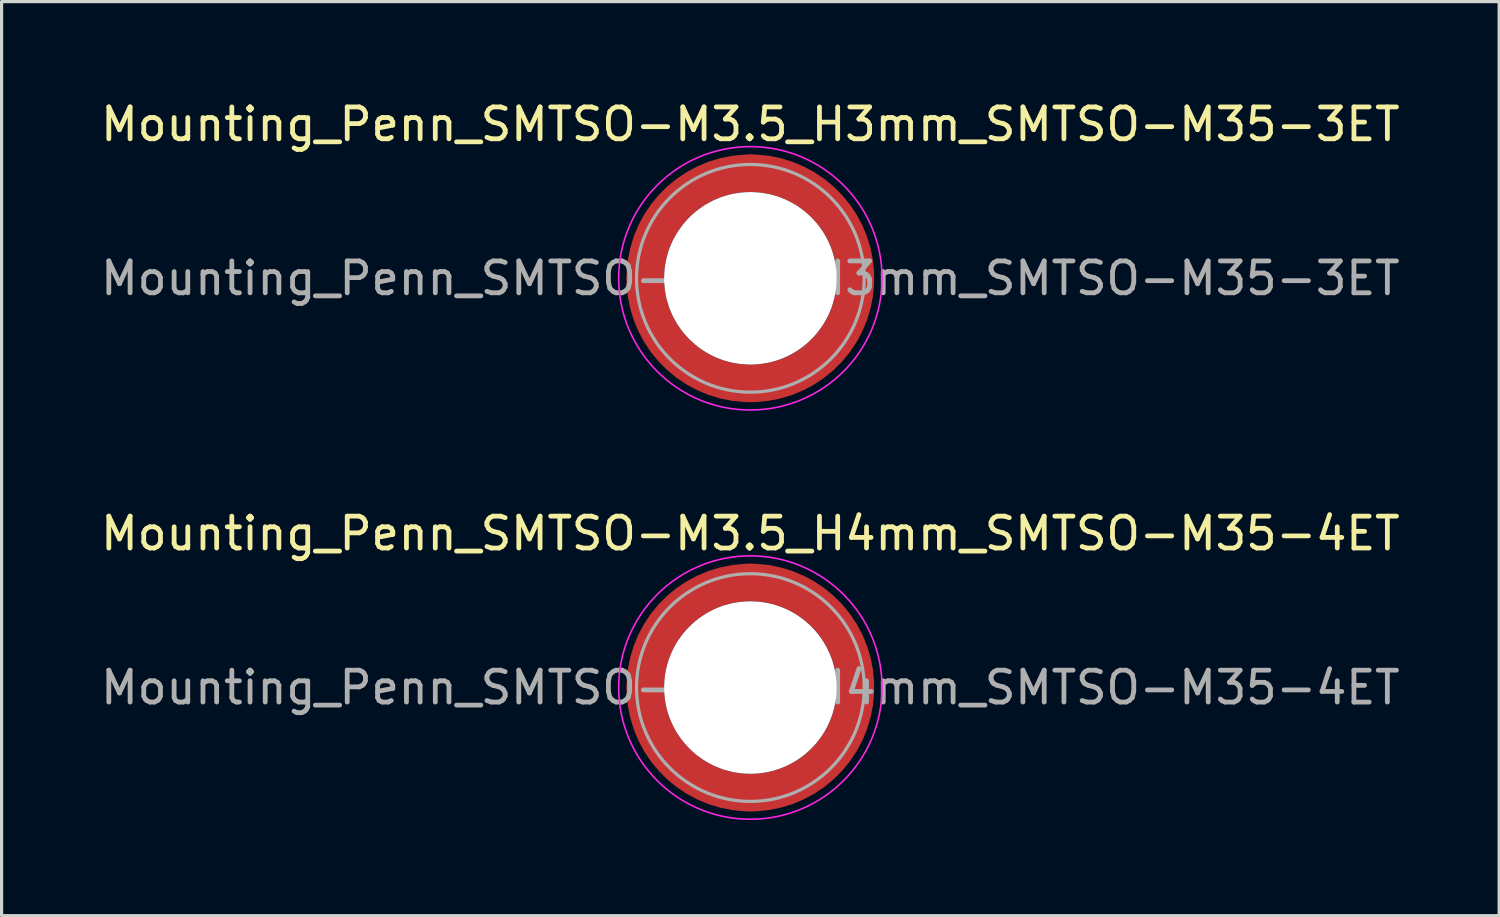
<source format=kicad_pcb>
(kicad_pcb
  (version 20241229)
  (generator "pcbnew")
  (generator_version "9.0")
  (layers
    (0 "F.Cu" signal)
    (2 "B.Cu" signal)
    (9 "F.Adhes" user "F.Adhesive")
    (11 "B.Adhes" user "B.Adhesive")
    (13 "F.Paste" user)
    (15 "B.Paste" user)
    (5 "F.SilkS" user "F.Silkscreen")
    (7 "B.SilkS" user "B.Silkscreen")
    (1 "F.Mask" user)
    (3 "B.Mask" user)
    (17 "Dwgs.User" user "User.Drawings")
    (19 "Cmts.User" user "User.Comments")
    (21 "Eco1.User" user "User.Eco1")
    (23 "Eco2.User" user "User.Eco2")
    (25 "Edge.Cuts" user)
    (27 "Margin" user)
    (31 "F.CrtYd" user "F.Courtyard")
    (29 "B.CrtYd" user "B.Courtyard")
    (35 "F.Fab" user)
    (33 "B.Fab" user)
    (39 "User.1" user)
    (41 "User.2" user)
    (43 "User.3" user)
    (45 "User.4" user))
  (footprint "Mounting_Penn_SMTSO-M3.5_H4mm_SMTSO-M35-4ET"
    (layer "F.Cu")
    (at 20.482 18.512)
    (property "Reference" "Mounting_Penn_SMTSO-M3.5_H4mm_SMTSO-M35-4ET" (at 0 -4.83 0) (layer "F.SilkS") (effects (font (size 1 1) (thickness 0.15))))
    (attr smd)
    (fp_circle (center 0 0) (end 4.13 0) (stroke (width 0.05) (type solid)) (fill no) (layer "F.CrtYd"))
    (fp_circle (center 0 0) (end 3.57 0) (stroke (width 0.1) (type solid)) (fill no) (layer "F.Fab"))
    (fp_text user "${REFERENCE}" (at 0 0 0) (layer "F.Fab") (effects (font (size 1 1) (thickness 0.15))))
    (pad "" smd custom (at -2.33 -2.33) (size 0.49 0.49) (layers "F.Paste") (options (anchor circle)) (primitives (gr_arc (start -0.559551 2.029917) (mid 0.275772 0.275772) (end 2.029917 -0.559551) (width 0.2)) (gr_arc (start -0.657558 2.029917) (mid 0.206829 0.206829) (end 2.029917 -0.657558) (width 0.2)) (gr_arc (start -0.755533 2.029917) (mid 0.137886 0.137886) (end 2.029917 -0.755533) (width 0.2)) (gr_arc (start -0.853479 2.029917) (mid 0.068943 0.068943) (end 2.029917 -0.853479) (width 0.2)) (gr_arc (start -0.951398 2.029917) (mid 0 0) (end 2.029917 -0.951398) (width 0.2)) (gr_arc (start -1.049293 2.029917) (mid -0.068943 -0.068943) (end 2.029917 -1.049293) (width 0.2)) (gr_arc (start -1.147165 2.029917) (mid -0.137886 -0.137886) (end 2.029917 -1.147165) (width 0.2)) (gr_arc (start -1.245018 2.029917) (mid -0.206829 -0.206829) (end 2.029917 -1.245018) (width 0.2)) (gr_arc (start -1.342851 2.029917) (mid -0.275771 -0.275771) (end 2.029917 -1.342851) (width 0.2)) (gr_line (start 2.03 -0.56) (end 2.03 -1.343) (width 0.2)) (gr_line (start -0.56 2.03) (end -1.343 2.03) (width 0.2))))
    (pad "" smd custom (at -2.33 2.33) (size 0.49 0.49) (layers "F.Paste") (options (anchor circle)) (primitives (gr_arc (start 2.029917 0.559551) (mid 0.275772 -0.275772) (end -0.559551 -2.029917) (width 0.2)) (gr_arc (start 2.029917 0.657558) (mid 0.206829 -0.206829) (end -0.657558 -2.029917) (width 0.2)) (gr_arc (start 2.029917 0.755533) (mid 0.137886 -0.137886) (end -0.755533 -2.029917) (width 0.2)) (gr_arc (start 2.029917 0.853479) (mid 0.068943 -0.068943) (end -0.853479 -2.029917) (width 0.2)) (gr_arc (start 2.029917 0.951398) (mid 0 0) (end -0.951398 -2.029917) (width 0.2)) (gr_arc (start 2.029917 1.049293) (mid -0.068943 0.068943) (end -1.049293 -2.029917) (width 0.2)) (gr_arc (start 2.029917 1.147165) (mid -0.137886 0.137886) (end -1.147165 -2.029917) (width 0.2)) (gr_arc (start 2.029917 1.245018) (mid -0.206829 0.206829) (end -1.245018 -2.029917) (width 0.2)) (gr_arc (start 2.029917 1.342851) (mid -0.275771 0.275771) (end -1.342851 -2.029917) (width 0.2)) (gr_line (start -0.56 -2.03) (end -1.343 -2.03) (width 0.2)) (gr_line (start 2.03 0.56) (end 2.03 1.343) (width 0.2))))
    (pad "" np_thru_hole circle (at 0 0) (size 5.41 5.41) (drill 5.41) (layers "*.Cu" "*.Mask"))
    (pad "" smd custom (at 2.33 -2.33) (size 0.49 0.49) (layers "F.Paste") (options (anchor circle)) (primitives (gr_arc (start -2.029917 -0.559551) (mid -0.275772 0.275772) (end 0.559551 2.029917) (width 0.2)) (gr_arc (start -2.029917 -0.657558) (mid -0.206829 0.206829) (end 0.657558 2.029917) (width 0.2)) (gr_arc (start -2.029917 -0.755533) (mid -0.137886 0.137886) (end 0.755533 2.029917) (width 0.2)) (gr_arc (start -2.029917 -0.853479) (mid -0.068943 0.068943) (end 0.853479 2.029917) (width 0.2)) (gr_arc (start -2.029917 -0.951398) (mid 0 0) (end 0.951398 2.029917) (width 0.2)) (gr_arc (start -2.029917 -1.049293) (mid 0.068943 -0.068943) (end 1.049293 2.029917) (width 0.2)) (gr_arc (start -2.029917 -1.147165) (mid 0.137886 -0.137886) (end 1.147165 2.029917) (width 0.2)) (gr_arc (start -2.029917 -1.245018) (mid 0.206829 -0.206829) (end 1.245018 2.029917) (width 0.2)) (gr_arc (start -2.029917 -1.342851) (mid 0.275771 -0.275771) (end 1.342851 2.029917) (width 0.2)) (gr_line (start 0.56 2.03) (end 1.343 2.03) (width 0.2)) (gr_line (start -2.03 -0.56) (end -2.03 -1.343) (width 0.2))))
    (pad "" smd custom (at 2.33 2.33) (size 0.49 0.49) (layers "F.Paste") (options (anchor circle)) (primitives (gr_arc (start 0.559551 -2.029917) (mid -0.275772 -0.275772) (end -2.029917 0.559551) (width 0.2)) (gr_arc (start 0.657558 -2.029917) (mid -0.206829 -0.206829) (end -2.029917 0.657558) (width 0.2)) (gr_arc (start 0.755533 -2.029917) (mid -0.137886 -0.137886) (end -2.029917 0.755533) (width 0.2)) (gr_arc (start 0.853479 -2.029917) (mid -0.068943 -0.068943) (end -2.029917 0.853479) (width 0.2)) (gr_arc (start 0.951398 -2.029917) (mid 0 0) (end -2.029917 0.951398) (width 0.2)) (gr_arc (start 1.049293 -2.029917) (mid 0.068943 0.068943) (end -2.029917 1.049293) (width 0.2)) (gr_arc (start 1.147165 -2.029917) (mid 0.137886 0.137886) (end -2.029917 1.147165) (width 0.2)) (gr_arc (start 1.245018 -2.029917) (mid 0.206829 0.206829) (end -2.029917 1.245018) (width 0.2)) (gr_arc (start 1.342851 -2.029917) (mid 0.275771 0.275771) (end -2.029917 1.342851) (width 0.2)) (gr_line (start -2.03 0.56) (end -2.03 1.343) (width 0.2)) (gr_line (start 0.56 -2.03) (end 1.343 -2.03) (width 0.2))))
    (pad "1" smd circle (at -3.295 0) (size 1.18 1.18) (layers "F.Cu"))
    (pad "1" smd circle (at 0 -3.295) (size 1.18 1.18) (layers "F.Cu"))
    (pad "1" smd circle (at 0 3.295) (size 1.18 1.18) (layers "F.Cu"))
    (pad "1" smd custom (at 3.295 0) (size 1.18 1.18) (layers "F.Cu" "F.Mask") (options (anchor circle)) (primitives (gr_circle (center -3.295 0) (end 0 0) (width 1.18) (fill no)))))
  (footprint "Mounting_Penn_SMTSO-M3.5_H3mm_SMTSO-M35-3ET"
    (layer "F.Cu")
    (at 20.482 5.678)
    (property "Reference" "Mounting_Penn_SMTSO-M3.5_H3mm_SMTSO-M35-3ET" (at 0 -4.83 0) (layer "F.SilkS") (effects (font (size 1 1) (thickness 0.15))))
    (attr smd)
    (fp_circle (center 0 0) (end 4.13 0) (stroke (width 0.05) (type solid)) (fill no) (layer "F.CrtYd"))
    (fp_circle (center 0 0) (end 3.57 0) (stroke (width 0.1) (type solid)) (fill no) (layer "F.Fab"))
    (fp_text user "${REFERENCE}" (at 0 0 0) (layer "F.Fab") (effects (font (size 1 1) (thickness 0.15))))
    (pad "" smd custom (at -2.33 -2.33) (size 0.49 0.49) (layers "F.Paste") (options (anchor circle)) (primitives (gr_arc (start -0.559551 2.029917) (mid 0.275772 0.275772) (end 2.029917 -0.559551) (width 0.2)) (gr_arc (start -0.657558 2.029917) (mid 0.206829 0.206829) (end 2.029917 -0.657558) (width 0.2)) (gr_arc (start -0.755533 2.029917) (mid 0.137886 0.137886) (end 2.029917 -0.755533) (width 0.2)) (gr_arc (start -0.853479 2.029917) (mid 0.068943 0.068943) (end 2.029917 -0.853479) (width 0.2)) (gr_arc (start -0.951398 2.029917) (mid 0 0) (end 2.029917 -0.951398) (width 0.2)) (gr_arc (start -1.049293 2.029917) (mid -0.068943 -0.068943) (end 2.029917 -1.049293) (width 0.2)) (gr_arc (start -1.147165 2.029917) (mid -0.137886 -0.137886) (end 2.029917 -1.147165) (width 0.2)) (gr_arc (start -1.245018 2.029917) (mid -0.206829 -0.206829) (end 2.029917 -1.245018) (width 0.2)) (gr_arc (start -1.342851 2.029917) (mid -0.275771 -0.275771) (end 2.029917 -1.342851) (width 0.2)) (gr_line (start 2.03 -0.56) (end 2.03 -1.343) (width 0.2)) (gr_line (start -0.56 2.03) (end -1.343 2.03) (width 0.2))))
    (pad "" smd custom (at -2.33 2.33) (size 0.49 0.49) (layers "F.Paste") (options (anchor circle)) (primitives (gr_arc (start 2.029917 0.559551) (mid 0.275772 -0.275772) (end -0.559551 -2.029917) (width 0.2)) (gr_arc (start 2.029917 0.657558) (mid 0.206829 -0.206829) (end -0.657558 -2.029917) (width 0.2)) (gr_arc (start 2.029917 0.755533) (mid 0.137886 -0.137886) (end -0.755533 -2.029917) (width 0.2)) (gr_arc (start 2.029917 0.853479) (mid 0.068943 -0.068943) (end -0.853479 -2.029917) (width 0.2)) (gr_arc (start 2.029917 0.951398) (mid 0 0) (end -0.951398 -2.029917) (width 0.2)) (gr_arc (start 2.029917 1.049293) (mid -0.068943 0.068943) (end -1.049293 -2.029917) (width 0.2)) (gr_arc (start 2.029917 1.147165) (mid -0.137886 0.137886) (end -1.147165 -2.029917) (width 0.2)) (gr_arc (start 2.029917 1.245018) (mid -0.206829 0.206829) (end -1.245018 -2.029917) (width 0.2)) (gr_arc (start 2.029917 1.342851) (mid -0.275771 0.275771) (end -1.342851 -2.029917) (width 0.2)) (gr_line (start -0.56 -2.03) (end -1.343 -2.03) (width 0.2)) (gr_line (start 2.03 0.56) (end 2.03 1.343) (width 0.2))))
    (pad "" np_thru_hole circle (at 0 0) (size 5.41 5.41) (drill 5.41) (layers "*.Cu" "*.Mask"))
    (pad "" smd custom (at 2.33 -2.33) (size 0.49 0.49) (layers "F.Paste") (options (anchor circle)) (primitives (gr_arc (start -2.029917 -0.559551) (mid -0.275772 0.275772) (end 0.559551 2.029917) (width 0.2)) (gr_arc (start -2.029917 -0.657558) (mid -0.206829 0.206829) (end 0.657558 2.029917) (width 0.2)) (gr_arc (start -2.029917 -0.755533) (mid -0.137886 0.137886) (end 0.755533 2.029917) (width 0.2)) (gr_arc (start -2.029917 -0.853479) (mid -0.068943 0.068943) (end 0.853479 2.029917) (width 0.2)) (gr_arc (start -2.029917 -0.951398) (mid 0 0) (end 0.951398 2.029917) (width 0.2)) (gr_arc (start -2.029917 -1.049293) (mid 0.068943 -0.068943) (end 1.049293 2.029917) (width 0.2)) (gr_arc (start -2.029917 -1.147165) (mid 0.137886 -0.137886) (end 1.147165 2.029917) (width 0.2)) (gr_arc (start -2.029917 -1.245018) (mid 0.206829 -0.206829) (end 1.245018 2.029917) (width 0.2)) (gr_arc (start -2.029917 -1.342851) (mid 0.275771 -0.275771) (end 1.342851 2.029917) (width 0.2)) (gr_line (start 0.56 2.03) (end 1.343 2.03) (width 0.2)) (gr_line (start -2.03 -0.56) (end -2.03 -1.343) (width 0.2))))
    (pad "" smd custom (at 2.33 2.33) (size 0.49 0.49) (layers "F.Paste") (options (anchor circle)) (primitives (gr_arc (start 0.559551 -2.029917) (mid -0.275772 -0.275772) (end -2.029917 0.559551) (width 0.2)) (gr_arc (start 0.657558 -2.029917) (mid -0.206829 -0.206829) (end -2.029917 0.657558) (width 0.2)) (gr_arc (start 0.755533 -2.029917) (mid -0.137886 -0.137886) (end -2.029917 0.755533) (width 0.2)) (gr_arc (start 0.853479 -2.029917) (mid -0.068943 -0.068943) (end -2.029917 0.853479) (width 0.2)) (gr_arc (start 0.951398 -2.029917) (mid 0 0) (end -2.029917 0.951398) (width 0.2)) (gr_arc (start 1.049293 -2.029917) (mid 0.068943 0.068943) (end -2.029917 1.049293) (width 0.2)) (gr_arc (start 1.147165 -2.029917) (mid 0.137886 0.137886) (end -2.029917 1.147165) (width 0.2)) (gr_arc (start 1.245018 -2.029917) (mid 0.206829 0.206829) (end -2.029917 1.245018) (width 0.2)) (gr_arc (start 1.342851 -2.029917) (mid 0.275771 0.275771) (end -2.029917 1.342851) (width 0.2)) (gr_line (start -2.03 0.56) (end -2.03 1.343) (width 0.2)) (gr_line (start 0.56 -2.03) (end 1.343 -2.03) (width 0.2))))
    (pad "1" smd circle (at -3.295 0) (size 1.18 1.18) (layers "F.Cu"))
    (pad "1" smd circle (at 0 -3.295) (size 1.18 1.18) (layers "F.Cu"))
    (pad "1" smd circle (at 0 3.295) (size 1.18 1.18) (layers "F.Cu"))
    (pad "1" smd custom (at 3.295 0) (size 1.18 1.18) (layers "F.Cu" "F.Mask") (options (anchor circle)) (primitives (gr_circle (center -3.295 0) (end 0 0) (width 1.18) (fill no)))))
  (gr_rect
    (start -3 -3)
    (end 43.964 25.666)
    (stroke (width 0.1) (type default))
    (fill no)
    (layer "Edge.Cuts")))
</source>
